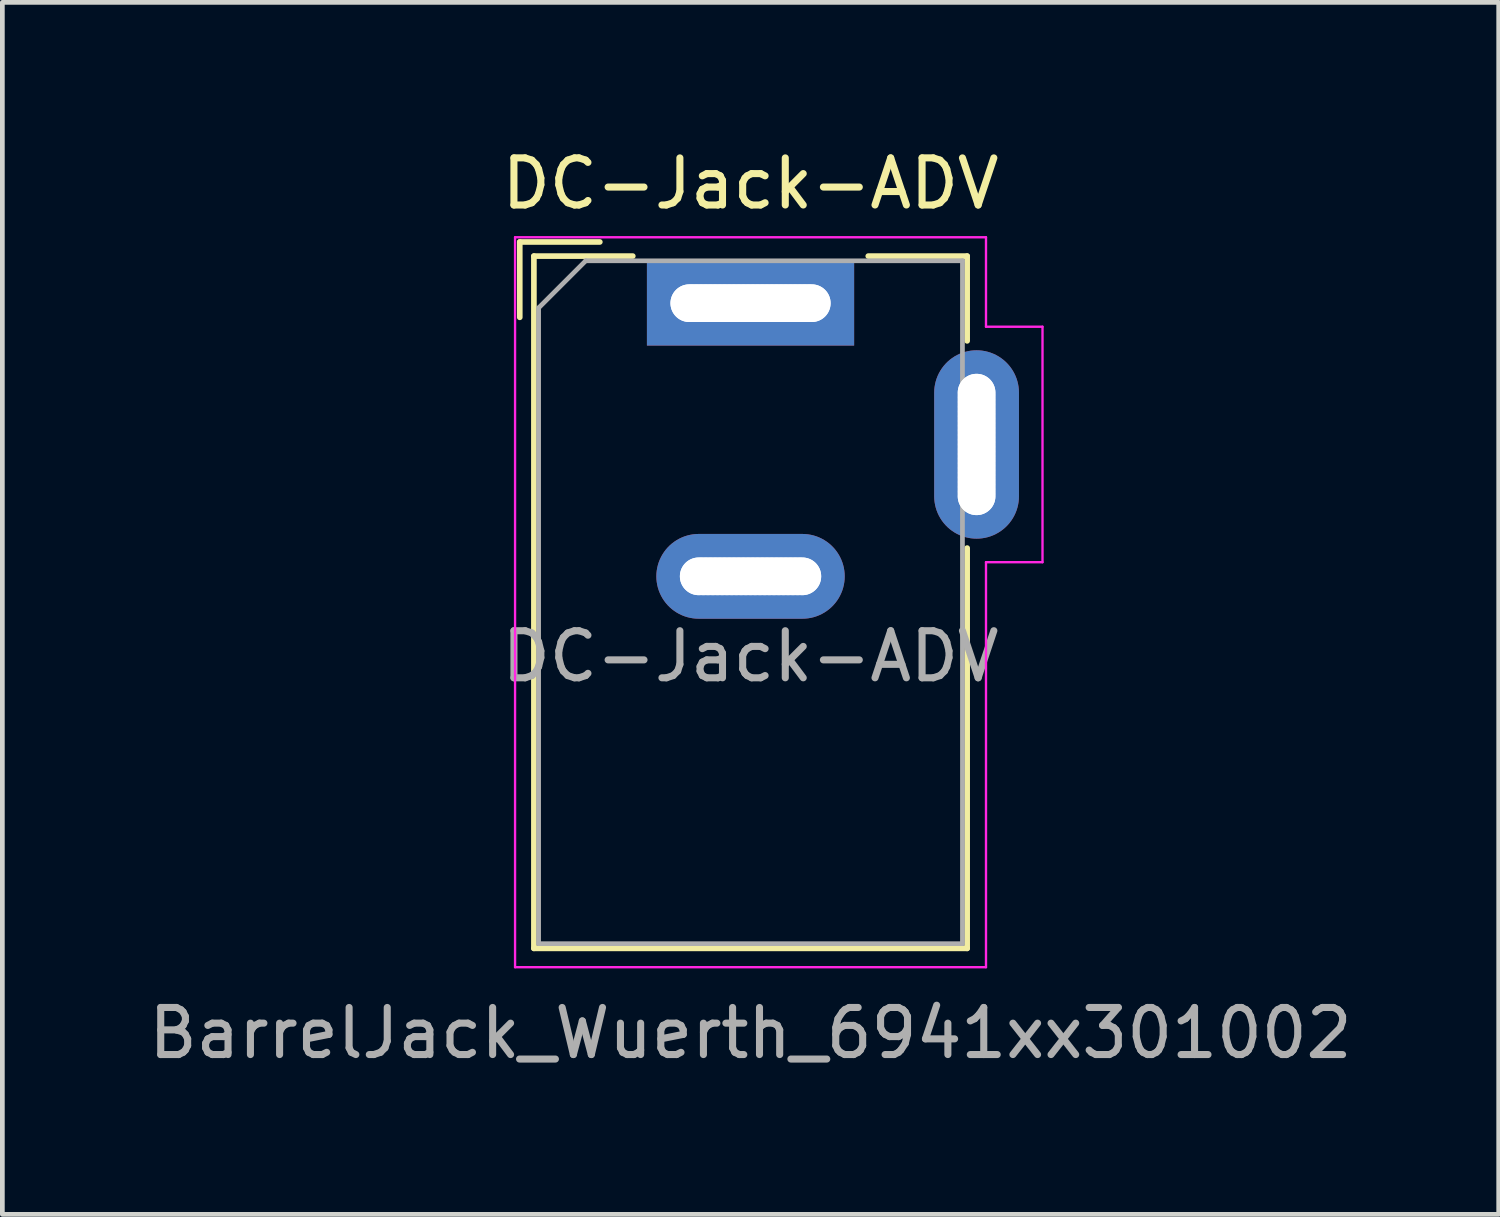
<source format=kicad_pcb>
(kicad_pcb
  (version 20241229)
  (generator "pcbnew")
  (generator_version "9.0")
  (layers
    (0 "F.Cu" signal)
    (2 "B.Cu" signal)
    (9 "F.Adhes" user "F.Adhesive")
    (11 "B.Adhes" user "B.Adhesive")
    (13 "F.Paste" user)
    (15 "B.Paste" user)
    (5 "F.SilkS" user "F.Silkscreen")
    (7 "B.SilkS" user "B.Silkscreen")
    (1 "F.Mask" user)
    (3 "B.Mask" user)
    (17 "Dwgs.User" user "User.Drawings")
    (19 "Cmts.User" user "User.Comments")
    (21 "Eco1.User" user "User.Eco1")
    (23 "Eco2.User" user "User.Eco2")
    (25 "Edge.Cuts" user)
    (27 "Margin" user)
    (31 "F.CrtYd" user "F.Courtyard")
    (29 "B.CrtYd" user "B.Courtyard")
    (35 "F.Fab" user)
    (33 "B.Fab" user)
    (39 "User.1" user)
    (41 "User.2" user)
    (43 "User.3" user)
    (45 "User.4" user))
  (footprint "DC-Jack-ADV"
    (layer "F.Cu")
    (at 12.887 3.388)
    (property "Reference" "DC-Jack-ADV" (at 0 -2.54 0) (layer "F.SilkS") (effects (font (size 1 1) (thickness 0.15))))
    (attr through_hole)
    (fp_line (start -4.9 -1.3) (end -4.9 0.3) (stroke (width 0.12) (type solid)) (layer "F.SilkS"))
    (fp_line (start -4.6 -1) (end -2.5 -1) (stroke (width 0.12) (type solid)) (layer "F.SilkS"))
    (fp_line (start -4.6 13.7) (end -4.6 -1) (stroke (width 0.12) (type solid)) (layer "F.SilkS"))
    (fp_line (start -3.2 -1.3) (end -4.9 -1.3) (stroke (width 0.12) (type solid)) (layer "F.SilkS"))
    (fp_line (start 2.5 -1) (end 4.6 -1) (stroke (width 0.12) (type solid)) (layer "F.SilkS"))
    (fp_line (start 4.6 -1) (end 4.6 0.8) (stroke (width 0.12) (type solid)) (layer "F.SilkS"))
    (fp_line (start 4.6 5.2) (end 4.6 13.7) (stroke (width 0.12) (type solid)) (layer "F.SilkS"))
    (fp_line (start 4.6 13.7) (end -4.6 13.7) (stroke (width 0.12) (type solid)) (layer "F.SilkS"))
    (fp_line (start -5 -1.4) (end -5 14.1) (stroke (width 0.05) (type solid)) (layer "F.CrtYd"))
    (fp_line (start -5 14.1) (end 5 14.1) (stroke (width 0.05) (type solid)) (layer "F.CrtYd"))
    (fp_line (start 5 -1.4) (end -5 -1.4) (stroke (width 0.05) (type solid)) (layer "F.CrtYd"))
    (fp_line (start 5 0.5) (end 5 -1.4) (stroke (width 0.05) (type solid)) (layer "F.CrtYd"))
    (fp_line (start 5 14.1) (end 5 5.5) (stroke (width 0.05) (type solid)) (layer "F.CrtYd"))
    (fp_line (start 6.2 0.5) (end 5 0.5) (stroke (width 0.05) (type solid)) (layer "F.CrtYd"))
    (fp_line (start 6.2 0.5) (end 6.2 5.5) (stroke (width 0.05) (type solid)) (layer "F.CrtYd"))
    (fp_line (start 6.2 5.5) (end 5 5.5) (stroke (width 0.05) (type solid)) (layer "F.CrtYd"))
    (fp_line (start -4.5 0.1) (end -3.5 -0.9) (stroke (width 0.1) (type solid)) (layer "F.Fab"))
    (fp_line (start -4.5 13.6) (end -4.5 0.1) (stroke (width 0.1) (type solid)) (layer "F.Fab"))
    (fp_line (start 4.5 -0.9) (end -3.5 -0.9) (stroke (width 0.1) (type solid)) (layer "F.Fab"))
    (fp_line (start 4.5 -0.9) (end 4.5 13.6) (stroke (width 0.1) (type solid)) (layer "F.Fab"))
    (fp_line (start 4.5 13.6) (end -4.5 13.6) (stroke (width 0.1) (type solid)) (layer "F.Fab"))
    (fp_text user "BarrelJack_Wuerth_6941xx301002" (at 0 15.5 0) (layer "F.Fab") (effects (font (size 1 1) (thickness 0.15))))
    (fp_text user "${REFERENCE}" (at 0 7.5 0) (layer "F.Fab") (effects (font (size 1 1) (thickness 0.15))))
    (pad "" np_thru_hole circle (at -1.3 0) (size 0.8 0.8) (drill 0.8) (layers "*.Cu" "*.Mask"))
    (pad "" np_thru_hole circle (at -1.2 0) (size 0.8 0.8) (drill 0.8) (layers "*.Cu" "*.Mask"))
    (pad "" np_thru_hole circle (at -1.1 0) (size 0.8 0.8) (drill 0.8) (layers "*.Cu" "*.Mask"))
    (pad "" np_thru_hole circle (at -1.1 5.8) (size 0.8 0.8) (drill 0.8) (layers "*.Cu" "*.Mask"))
    (pad "" np_thru_hole circle (at -1 0) (size 0.8 0.8) (drill 0.8) (layers "*.Cu" "*.Mask"))
    (pad "" np_thru_hole circle (at -1 5.8) (size 0.8 0.8) (drill 0.8) (layers "*.Cu" "*.Mask"))
    (pad "" np_thru_hole circle (at -0.9 0) (size 0.8 0.8) (drill 0.8) (layers "*.Cu" "*.Mask"))
    (pad "" np_thru_hole circle (at -0.9 5.8) (size 0.8 0.8) (drill 0.8) (layers "*.Cu" "*.Mask"))
    (pad "" np_thru_hole circle (at -0.8 0) (size 0.8 0.8) (drill 0.8) (layers "*.Cu" "*.Mask"))
    (pad "" np_thru_hole circle (at -0.8 5.8) (size 0.8 0.8) (drill 0.8) (layers "*.Cu" "*.Mask"))
    (pad "" np_thru_hole circle (at -0.7 0) (size 0.8 0.8) (drill 0.8) (layers "*.Cu" "*.Mask"))
    (pad "" np_thru_hole circle (at -0.7 5.8) (size 0.8 0.8) (drill 0.8) (layers "*.Cu" "*.Mask"))
    (pad "" np_thru_hole circle (at -0.6 0) (size 0.8 0.8) (drill 0.8) (layers "*.Cu" "*.Mask"))
    (pad "" np_thru_hole circle (at -0.6 5.8) (size 0.8 0.8) (drill 0.8) (layers "*.Cu" "*.Mask"))
    (pad "" np_thru_hole circle (at -0.5 0) (size 0.8 0.8) (drill 0.8) (layers "*.Cu" "*.Mask"))
    (pad "" np_thru_hole circle (at -0.5 5.8) (size 0.8 0.8) (drill 0.8) (layers "*.Cu" "*.Mask"))
    (pad "" np_thru_hole circle (at -0.4 0) (size 0.8 0.8) (drill 0.8) (layers "*.Cu" "*.Mask"))
    (pad "" np_thru_hole circle (at -0.4 5.8) (size 0.8 0.8) (drill 0.8) (layers "*.Cu" "*.Mask"))
    (pad "" np_thru_hole circle (at -0.3 0) (size 0.8 0.8) (drill 0.8) (layers "*.Cu" "*.Mask"))
    (pad "" np_thru_hole circle (at -0.3 5.8) (size 0.8 0.8) (drill 0.8) (layers "*.Cu" "*.Mask"))
    (pad "" np_thru_hole circle (at -0.2 0) (size 0.8 0.8) (drill 0.8) (layers "*.Cu" "*.Mask"))
    (pad "" np_thru_hole circle (at -0.2 5.8) (size 0.8 0.8) (drill 0.8) (layers "*.Cu" "*.Mask"))
    (pad "" np_thru_hole circle (at -0.1 0) (size 0.8 0.8) (drill 0.8) (layers "*.Cu" "*.Mask"))
    (pad "" np_thru_hole circle (at -0.1 5.8) (size 0.8 0.8) (drill 0.8) (layers "*.Cu" "*.Mask"))
    (pad "" np_thru_hole circle (at 0 0) (size 0.8 0.8) (drill 0.8) (layers "*.Cu" "*.Mask"))
    (pad "" np_thru_hole circle (at 0 5.8) (size 0.8 0.8) (drill 0.8) (layers "*.Cu" "*.Mask"))
    (pad "" np_thru_hole circle (at 0.1 0) (size 0.8 0.8) (drill 0.8) (layers "*.Cu" "*.Mask"))
    (pad "" np_thru_hole circle (at 0.1 5.8) (size 0.8 0.8) (drill 0.8) (layers "*.Cu" "*.Mask"))
    (pad "" np_thru_hole circle (at 0.2 0) (size 0.8 0.8) (drill 0.8) (layers "*.Cu" "*.Mask"))
    (pad "" np_thru_hole circle (at 0.2 5.8) (size 0.8 0.8) (drill 0.8) (layers "*.Cu" "*.Mask"))
    (pad "" np_thru_hole circle (at 0.3 0) (size 0.8 0.8) (drill 0.8) (layers "*.Cu" "*.Mask"))
    (pad "" np_thru_hole circle (at 0.3 5.8) (size 0.8 0.8) (drill 0.8) (layers "*.Cu" "*.Mask"))
    (pad "" np_thru_hole circle (at 0.4 0) (size 0.8 0.8) (drill 0.8) (layers "*.Cu" "*.Mask"))
    (pad "" np_thru_hole circle (at 0.4 5.8) (size 0.8 0.8) (drill 0.8) (layers "*.Cu" "*.Mask"))
    (pad "" np_thru_hole circle (at 0.5 0) (size 0.8 0.8) (drill 0.8) (layers "*.Cu" "*.Mask"))
    (pad "" np_thru_hole circle (at 0.5 5.8) (size 0.8 0.8) (drill 0.8) (layers "*.Cu" "*.Mask"))
    (pad "" np_thru_hole circle (at 0.6 0) (size 0.8 0.8) (drill 0.8) (layers "*.Cu" "*.Mask"))
    (pad "" np_thru_hole circle (at 0.6 5.8) (size 0.8 0.8) (drill 0.8) (layers "*.Cu" "*.Mask"))
    (pad "" np_thru_hole circle (at 0.7 0) (size 0.8 0.8) (drill 0.8) (layers "*.Cu" "*.Mask"))
    (pad "" np_thru_hole circle (at 0.7 5.8) (size 0.8 0.8) (drill 0.8) (layers "*.Cu" "*.Mask"))
    (pad "" np_thru_hole circle (at 0.8 0) (size 0.8 0.8) (drill 0.8) (layers "*.Cu" "*.Mask"))
    (pad "" np_thru_hole circle (at 0.8 5.8) (size 0.8 0.8) (drill 0.8) (layers "*.Cu" "*.Mask"))
    (pad "" np_thru_hole circle (at 0.9 0) (size 0.8 0.8) (drill 0.8) (layers "*.Cu" "*.Mask"))
    (pad "" np_thru_hole circle (at 0.9 5.8) (size 0.8 0.8) (drill 0.8) (layers "*.Cu" "*.Mask"))
    (pad "" np_thru_hole circle (at 1 0) (size 0.8 0.8) (drill 0.8) (layers "*.Cu" "*.Mask"))
    (pad "" np_thru_hole circle (at 1 5.8) (size 0.8 0.8) (drill 0.8) (layers "*.Cu" "*.Mask"))
    (pad "" np_thru_hole circle (at 1.1 0) (size 0.8 0.8) (drill 0.8) (layers "*.Cu" "*.Mask"))
    (pad "" np_thru_hole circle (at 1.1 5.8) (size 0.8 0.8) (drill 0.8) (layers "*.Cu" "*.Mask"))
    (pad "" np_thru_hole circle (at 1.2 0) (size 0.8 0.8) (drill 0.8) (layers "*.Cu" "*.Mask"))
    (pad "" np_thru_hole circle (at 1.3 0) (size 0.8 0.8) (drill 0.8) (layers "*.Cu" "*.Mask"))
    (pad "" np_thru_hole circle (at 4.8 1.9) (size 0.8 0.8) (drill 0.8) (layers "*.Cu" "*.Mask"))
    (pad "" np_thru_hole circle (at 4.8 2) (size 0.8 0.8) (drill 0.8) (layers "*.Cu" "*.Mask"))
    (pad "" np_thru_hole circle (at 4.8 2.1) (size 0.8 0.8) (drill 0.8) (layers "*.Cu" "*.Mask"))
    (pad "" np_thru_hole circle (at 4.8 2.2) (size 0.8 0.8) (drill 0.8) (layers "*.Cu" "*.Mask"))
    (pad "" np_thru_hole circle (at 4.8 2.3) (size 0.8 0.8) (drill 0.8) (layers "*.Cu" "*.Mask"))
    (pad "" np_thru_hole circle (at 4.8 2.4) (size 0.8 0.8) (drill 0.8) (layers "*.Cu" "*.Mask"))
    (pad "" np_thru_hole circle (at 4.8 2.5) (size 0.8 0.8) (drill 0.8) (layers "*.Cu" "*.Mask"))
    (pad "" np_thru_hole circle (at 4.8 2.6) (size 0.8 0.8) (drill 0.8) (layers "*.Cu" "*.Mask"))
    (pad "" np_thru_hole circle (at 4.8 2.7) (size 0.8 0.8) (drill 0.8) (layers "*.Cu" "*.Mask"))
    (pad "" np_thru_hole circle (at 4.8 2.8) (size 0.8 0.8) (drill 0.8) (layers "*.Cu" "*.Mask"))
    (pad "" np_thru_hole circle (at 4.8 2.9) (size 0.8 0.8) (drill 0.8) (layers "*.Cu" "*.Mask"))
    (pad "" np_thru_hole circle (at 4.8 3) (size 0.8 0.8) (drill 0.8) (layers "*.Cu" "*.Mask"))
    (pad "" np_thru_hole circle (at 4.8 3.1) (size 0.8 0.8) (drill 0.8) (layers "*.Cu" "*.Mask"))
    (pad "" np_thru_hole circle (at 4.8 3.2) (size 0.8 0.8) (drill 0.8) (layers "*.Cu" "*.Mask"))
    (pad "" np_thru_hole circle (at 4.8 3.3) (size 0.8 0.8) (drill 0.8) (layers "*.Cu" "*.Mask"))
    (pad "" np_thru_hole circle (at 4.8 3.4) (size 0.8 0.8) (drill 0.8) (layers "*.Cu" "*.Mask"))
    (pad "" np_thru_hole circle (at 4.8 3.5) (size 0.8 0.8) (drill 0.8) (layers "*.Cu" "*.Mask"))
    (pad "" np_thru_hole circle (at 4.8 3.6) (size 0.8 0.8) (drill 0.8) (layers "*.Cu" "*.Mask"))
    (pad "" np_thru_hole circle (at 4.8 3.7) (size 0.8 0.8) (drill 0.8) (layers "*.Cu" "*.Mask"))
    (pad "" np_thru_hole circle (at 4.8 3.8) (size 0.8 0.8) (drill 0.8) (layers "*.Cu" "*.Mask"))
    (pad "" np_thru_hole circle (at 4.8 3.9) (size 0.8 0.8) (drill 0.8) (layers "*.Cu" "*.Mask"))
    (pad "" np_thru_hole circle (at 4.8 4) (size 0.8 0.8) (drill 0.8) (layers "*.Cu" "*.Mask"))
    (pad "" np_thru_hole circle (at 4.8 4.1) (size 0.8 0.8) (drill 0.8) (layers "*.Cu" "*.Mask"))
    (pad "1" thru_hole rect (at 0 0) (size 4.4 1.8) (drill oval 3.4 0.8) (layers "*.Cu" "*.Mask"))
    (pad "2" thru_hole oval (at 0 5.8) (size 4 1.8) (drill oval 3 0.8) (layers "*.Cu" "*.Mask"))
    (pad "3" thru_hole oval (at 4.8 3 90) (size 4 1.8) (drill oval 3 0.8) (layers "*.Cu" "*.Mask")))
  (gr_rect
    (start -3 -3)
    (end 28.774 22.736)
    (stroke (width 0.1) (type default))
    (fill no)
    (layer "Edge.Cuts")))
</source>
